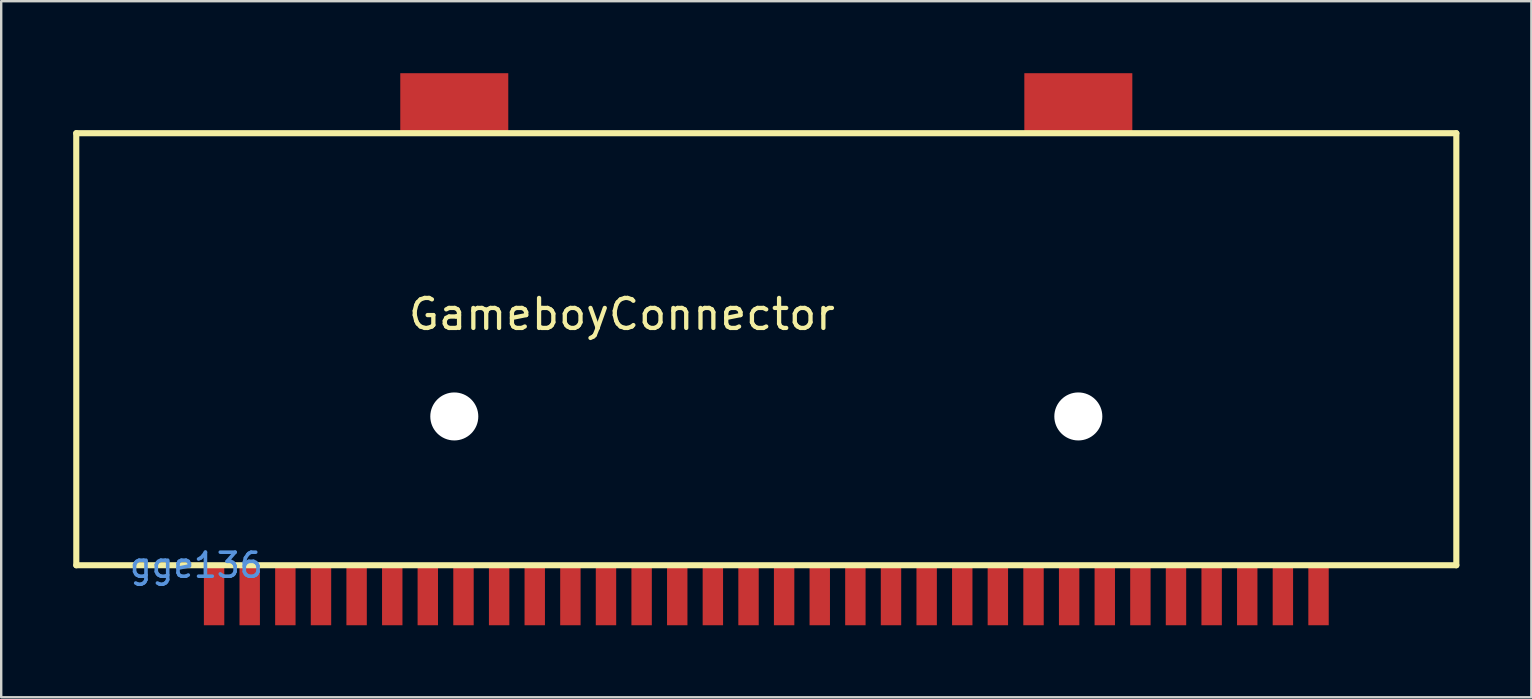
<source format=kicad_pcb>
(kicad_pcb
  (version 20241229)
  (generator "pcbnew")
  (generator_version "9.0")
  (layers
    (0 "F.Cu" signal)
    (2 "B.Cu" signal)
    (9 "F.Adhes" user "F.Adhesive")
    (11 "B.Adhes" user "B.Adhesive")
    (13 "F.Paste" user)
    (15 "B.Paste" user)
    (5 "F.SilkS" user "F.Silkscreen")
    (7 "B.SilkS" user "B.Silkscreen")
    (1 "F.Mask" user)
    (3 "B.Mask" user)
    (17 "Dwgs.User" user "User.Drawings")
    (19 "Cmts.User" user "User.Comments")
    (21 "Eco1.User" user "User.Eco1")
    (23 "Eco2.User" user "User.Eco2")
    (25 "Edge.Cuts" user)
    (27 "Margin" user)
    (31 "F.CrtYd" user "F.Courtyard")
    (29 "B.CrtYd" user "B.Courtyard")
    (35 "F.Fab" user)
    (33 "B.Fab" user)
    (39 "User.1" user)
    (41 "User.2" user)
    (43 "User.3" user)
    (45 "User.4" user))
  (footprint "GameboyConnector"
    (layer "F.Cu")
    (at 5.128 20.501)
    (property "Reference" "GameboyConnector" (at 8.748 -10.457 0) (layer "F.SilkS") (effects (font (size 1.25 1.25) (thickness 0.178)) (justify left)))
    (attr smd)
    (fp_line (start -5.001 -18.001) (end 52.499 -18.001) (stroke (width 0.254) (type solid)) (layer "F.SilkS"))
    (fp_line (start -4.999 0) (end -5.001 -18.001) (stroke (width 0.254) (type solid)) (layer "F.SilkS"))
    (fp_line (start 52.499 -18.001) (end 52.499 0) (stroke (width 0.254) (type solid)) (layer "F.SilkS"))
    (fp_line (start 52.499 0) (end -4.999 0) (stroke (width 0.254) (type solid)) (layer "F.SilkS"))
    (fp_text user "gge136" (at 0 0 0) (layer "Cmts.User") (effects (font (size 1 1) (thickness 0.15))))
    (pad "" smd rect (at 10.749 -19.251 180) (size 4.5 2.5) (layers "F.Cu" "F.Mask" "F.Paste"))
    (pad "" np_thru_hole circle (at 10.75 -6.2) (size 2 2) (drill 2) (layers "*.Cu" "*.Mask"))
    (pad "" smd rect (at 36.75 -19.251 180) (size 4.5 2.5) (layers "F.Cu" "F.Mask" "F.Paste"))
    (pad "" np_thru_hole circle (at 36.75 -6.2) (size 2 2) (drill 2) (layers "*.Cu" "*.Mask"))
    (pad "1" smd rect (at 0.742 1.25 180) (size 0.85 2.5) (layers "F.Cu" "F.Mask" "F.Paste"))
    (pad "2" smd rect (at 2.226 1.25) (size 0.85 2.5) (layers "F.Cu" "F.Mask" "F.Paste"))
    (pad "3" smd rect (at 3.711 1.25 180) (size 0.85 2.5) (layers "F.Cu" "F.Mask" "F.Paste"))
    (pad "4" smd rect (at 5.196 1.25 180) (size 0.85 2.5) (layers "F.Cu" "F.Mask" "F.Paste"))
    (pad "5" smd rect (at 6.68 1.25) (size 0.85 2.5) (layers "F.Cu" "F.Mask" "F.Paste"))
    (pad "6" smd rect (at 8.165 1.25) (size 0.85 2.5) (layers "F.Cu" "F.Mask" "F.Paste"))
    (pad "7" smd rect (at 9.646 1.25) (size 0.85 2.5) (layers "F.Cu" "F.Mask" "F.Paste"))
    (pad "8" smd rect (at 11.133 1.25) (size 0.85 2.5) (layers "F.Cu" "F.Mask" "F.Paste"))
    (pad "9" smd rect (at 12.618 1.25) (size 0.85 2.5) (layers "F.Cu" "F.Mask" "F.Paste"))
    (pad "10" smd rect (at 14.102 1.25) (size 0.85 2.5) (layers "F.Cu" "F.Mask" "F.Paste"))
    (pad "11" smd rect (at 15.587 1.25) (size 0.85 2.5) (layers "F.Cu" "F.Mask" "F.Paste"))
    (pad "12" smd rect (at 17.07 1.25) (size 0.85 2.5) (layers "F.Cu" "F.Mask" "F.Paste"))
    (pad "13" smd rect (at 18.555 1.25) (size 0.85 2.5) (layers "F.Cu" "F.Mask" "F.Paste"))
    (pad "14" smd rect (at 20.039 1.25) (size 0.85 2.5) (layers "F.Cu" "F.Mask" "F.Paste"))
    (pad "15" smd rect (at 21.523 1.25) (size 0.85 2.5) (layers "F.Cu" "F.Mask" "F.Paste"))
    (pad "16" smd rect (at 23.009 1.25) (size 0.85 2.5) (layers "F.Cu" "F.Mask" "F.Paste"))
    (pad "17" smd rect (at 24.492 1.25) (size 0.85 2.5) (layers "F.Cu" "F.Mask" "F.Paste"))
    (pad "18" smd rect (at 25.977 1.25) (size 0.85 2.5) (layers "F.Cu" "F.Mask" "F.Paste"))
    (pad "19" smd rect (at 27.461 1.25) (size 0.85 2.5) (layers "F.Cu" "F.Mask" "F.Paste"))
    (pad "20" smd rect (at 28.945 1.25) (size 0.85 2.5) (layers "F.Cu" "F.Mask" "F.Paste"))
    (pad "21" smd rect (at 30.431 1.25) (size 0.85 2.5) (layers "F.Cu" "F.Mask" "F.Paste"))
    (pad "22" smd rect (at 31.914 1.25) (size 0.85 2.5) (layers "F.Cu" "F.Mask" "F.Paste"))
    (pad "23" smd rect (at 33.397 1.25) (size 0.85 2.5) (layers "F.Cu" "F.Mask" "F.Paste"))
    (pad "24" smd rect (at 34.883 1.25) (size 0.85 2.5) (layers "F.Cu" "F.Mask" "F.Paste"))
    (pad "25" smd rect (at 36.367 1.25) (size 0.85 2.5) (layers "F.Cu" "F.Mask" "F.Paste"))
    (pad "26" smd rect (at 37.852 1.25) (size 0.85 2.5) (layers "F.Cu" "F.Mask" "F.Paste"))
    (pad "27" smd rect (at 39.336 1.25) (size 0.85 2.5) (layers "F.Cu" "F.Mask" "F.Paste"))
    (pad "28" smd rect (at 40.819 1.25) (size 0.85 2.5) (layers "F.Cu" "F.Mask" "F.Paste"))
    (pad "29" smd rect (at 42.305 1.25) (size 0.85 2.5) (layers "F.Cu" "F.Mask" "F.Paste"))
    (pad "30" smd rect (at 43.788 1.25) (size 0.85 2.5) (layers "F.Cu" "F.Mask" "F.Paste"))
    (pad "31" smd rect (at 45.273 1.25) (size 0.85 2.5) (layers "F.Cu" "F.Mask" "F.Paste"))
    (pad "32" smd rect (at 46.758 1.25 180) (size 0.85 2.5) (layers "F.Cu" "F.Mask" "F.Paste")))
  (gr_rect
    (start -3 -3)
    (end 60.754 26.001)
    (stroke (width 0.1) (type default))
    (fill no)
    (layer "Edge.Cuts")))
</source>
